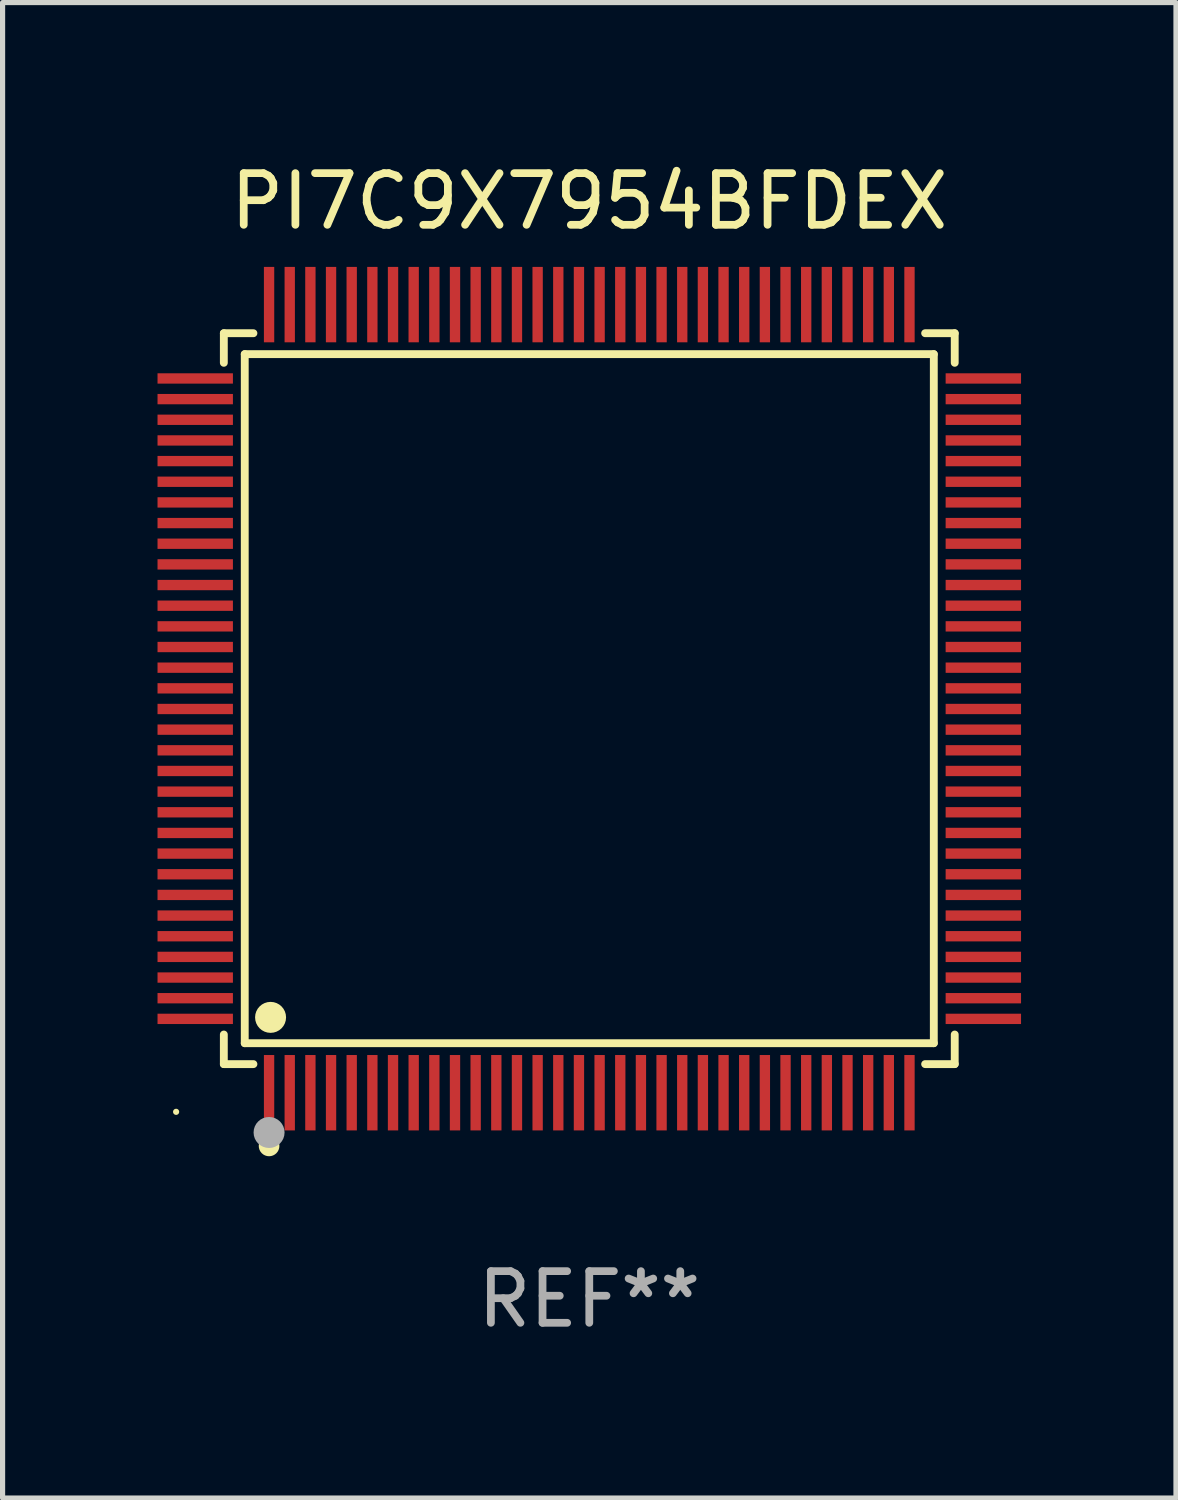
<source format=kicad_pcb>
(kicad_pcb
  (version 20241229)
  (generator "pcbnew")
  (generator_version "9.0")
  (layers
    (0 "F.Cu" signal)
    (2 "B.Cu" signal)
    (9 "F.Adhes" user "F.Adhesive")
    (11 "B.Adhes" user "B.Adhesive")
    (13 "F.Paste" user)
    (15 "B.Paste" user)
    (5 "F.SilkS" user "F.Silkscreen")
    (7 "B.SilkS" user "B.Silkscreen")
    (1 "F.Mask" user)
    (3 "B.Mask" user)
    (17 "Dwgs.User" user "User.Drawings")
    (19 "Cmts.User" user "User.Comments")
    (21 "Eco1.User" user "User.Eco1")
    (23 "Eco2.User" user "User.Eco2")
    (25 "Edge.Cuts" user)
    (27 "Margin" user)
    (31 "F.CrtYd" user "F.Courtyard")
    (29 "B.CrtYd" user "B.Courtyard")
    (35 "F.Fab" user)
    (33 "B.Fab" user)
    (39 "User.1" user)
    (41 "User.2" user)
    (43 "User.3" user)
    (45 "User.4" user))
  (footprint "PI7C9X7954BFDEX"
    (layer "F.Cu")
    (at 8.36 10.478)
    (property "Reference" "PI7C9X7954BFDEX" (at 0 -9.63 0) (layer "F.SilkS") (effects (font (size 1 1) (thickness 0.15))))
    (attr through_hole)
    (fp_line (start -7.076 -7.076) (end -6.503 -7.076) (stroke (width 0.152) (type solid)) (layer "F.SilkS"))
    (fp_line (start -7.076 -6.503) (end -7.076 -7.076) (stroke (width 0.152) (type solid)) (layer "F.SilkS"))
    (fp_line (start -7.076 6.503) (end -7.076 7.076) (stroke (width 0.152) (type solid)) (layer "F.SilkS"))
    (fp_line (start -7.076 7.076) (end -6.503 7.076) (stroke (width 0.152) (type solid)) (layer "F.SilkS"))
    (fp_line (start -6.671 -6.671) (end 6.671 -6.671) (stroke (width 0.152) (type solid)) (layer "F.SilkS"))
    (fp_line (start -6.671 6.671) (end -6.671 -6.671) (stroke (width 0.152) (type solid)) (layer "F.SilkS"))
    (fp_line (start 6.671 -6.671) (end 6.671 6.671) (stroke (width 0.152) (type solid)) (layer "F.SilkS"))
    (fp_line (start 6.671 6.671) (end -6.671 6.671) (stroke (width 0.152) (type solid)) (layer "F.SilkS"))
    (fp_line (start 7.076 -7.076) (end 6.503 -7.076) (stroke (width 0.152) (type solid)) (layer "F.SilkS"))
    (fp_line (start 7.076 -6.503) (end 7.076 -7.076) (stroke (width 0.152) (type solid)) (layer "F.SilkS"))
    (fp_line (start 7.076 6.503) (end 7.076 7.076) (stroke (width 0.152) (type solid)) (layer "F.SilkS"))
    (fp_line (start 7.076 7.076) (end 6.503 7.076) (stroke (width 0.152) (type solid)) (layer "F.SilkS"))
    (fp_circle (center -8 8) (end -7.97 8) (stroke (width 0.06) (type solid)) (fill no) (layer "F.SilkS"))
    (fp_circle (center -6.2 8.66) (end -6.1 8.66) (stroke (width 0.2) (type solid)) (fill no) (layer "F.SilkS"))
    (fp_circle (center -6.171 6.171) (end -6.021 6.171) (stroke (width 0.3) (type solid)) (fill no) (layer "F.SilkS"))
    (fp_circle (center -6.2 8.4) (end -6.05 8.4) (stroke (width 0.3) (type solid)) (fill no) (layer "F.Fab"))
    (fp_text user "REF**" (at 0 11.63 0) (layer "F.Fab") (effects (font (size 1 1) (thickness 0.15))))
    (pad "1" smd rect (at -6.2 7.63) (size 0.2 1.46) (layers "F.Cu" "F.Mask" "F.Paste"))
    (pad "2" smd rect (at -5.8 7.63) (size 0.2 1.46) (layers "F.Cu" "F.Mask" "F.Paste"))
    (pad "3" smd rect (at -5.4 7.63) (size 0.2 1.46) (layers "F.Cu" "F.Mask" "F.Paste"))
    (pad "4" smd rect (at -5 7.63) (size 0.2 1.46) (layers "F.Cu" "F.Mask" "F.Paste"))
    (pad "5" smd rect (at -4.6 7.63) (size 0.2 1.46) (layers "F.Cu" "F.Mask" "F.Paste"))
    (pad "6" smd rect (at -4.2 7.63) (size 0.2 1.46) (layers "F.Cu" "F.Mask" "F.Paste"))
    (pad "7" smd rect (at -3.8 7.63) (size 0.2 1.46) (layers "F.Cu" "F.Mask" "F.Paste"))
    (pad "8" smd rect (at -3.4 7.63) (size 0.2 1.46) (layers "F.Cu" "F.Mask" "F.Paste"))
    (pad "9" smd rect (at -3 7.63) (size 0.2 1.46) (layers "F.Cu" "F.Mask" "F.Paste"))
    (pad "10" smd rect (at -2.6 7.63) (size 0.2 1.46) (layers "F.Cu" "F.Mask" "F.Paste"))
    (pad "11" smd rect (at -2.2 7.63) (size 0.2 1.46) (layers "F.Cu" "F.Mask" "F.Paste"))
    (pad "12" smd rect (at -1.8 7.63) (size 0.2 1.46) (layers "F.Cu" "F.Mask" "F.Paste"))
    (pad "13" smd rect (at -1.4 7.63) (size 0.2 1.46) (layers "F.Cu" "F.Mask" "F.Paste"))
    (pad "14" smd rect (at -1 7.63) (size 0.2 1.46) (layers "F.Cu" "F.Mask" "F.Paste"))
    (pad "15" smd rect (at -0.6 7.63) (size 0.2 1.46) (layers "F.Cu" "F.Mask" "F.Paste"))
    (pad "16" smd rect (at -0.2 7.63) (size 0.2 1.46) (layers "F.Cu" "F.Mask" "F.Paste"))
    (pad "17" smd rect (at 0.2 7.63) (size 0.2 1.46) (layers "F.Cu" "F.Mask" "F.Paste"))
    (pad "18" smd rect (at 0.6 7.63) (size 0.2 1.46) (layers "F.Cu" "F.Mask" "F.Paste"))
    (pad "19" smd rect (at 1 7.63) (size 0.2 1.46) (layers "F.Cu" "F.Mask" "F.Paste"))
    (pad "20" smd rect (at 1.4 7.63) (size 0.2 1.46) (layers "F.Cu" "F.Mask" "F.Paste"))
    (pad "21" smd rect (at 1.8 7.63) (size 0.2 1.46) (layers "F.Cu" "F.Mask" "F.Paste"))
    (pad "22" smd rect (at 2.2 7.63) (size 0.2 1.46) (layers "F.Cu" "F.Mask" "F.Paste"))
    (pad "23" smd rect (at 2.6 7.63) (size 0.2 1.46) (layers "F.Cu" "F.Mask" "F.Paste"))
    (pad "24" smd rect (at 3 7.63) (size 0.2 1.46) (layers "F.Cu" "F.Mask" "F.Paste"))
    (pad "25" smd rect (at 3.4 7.63) (size 0.2 1.46) (layers "F.Cu" "F.Mask" "F.Paste"))
    (pad "26" smd rect (at 3.8 7.63) (size 0.2 1.46) (layers "F.Cu" "F.Mask" "F.Paste"))
    (pad "27" smd rect (at 4.2 7.63) (size 0.2 1.46) (layers "F.Cu" "F.Mask" "F.Paste"))
    (pad "28" smd rect (at 4.6 7.63) (size 0.2 1.46) (layers "F.Cu" "F.Mask" "F.Paste"))
    (pad "29" smd rect (at 5 7.63) (size 0.2 1.46) (layers "F.Cu" "F.Mask" "F.Paste"))
    (pad "30" smd rect (at 5.4 7.63) (size 0.2 1.46) (layers "F.Cu" "F.Mask" "F.Paste"))
    (pad "31" smd rect (at 5.8 7.63) (size 0.2 1.46) (layers "F.Cu" "F.Mask" "F.Paste"))
    (pad "32" smd rect (at 6.2 7.63) (size 0.2 1.46) (layers "F.Cu" "F.Mask" "F.Paste"))
    (pad "33" smd rect (at 7.63 6.2) (size 1.46 0.2) (layers "F.Cu" "F.Mask" "F.Paste"))
    (pad "34" smd rect (at 7.63 5.8) (size 1.46 0.2) (layers "F.Cu" "F.Mask" "F.Paste"))
    (pad "35" smd rect (at 7.63 5.4) (size 1.46 0.2) (layers "F.Cu" "F.Mask" "F.Paste"))
    (pad "36" smd rect (at 7.63 5) (size 1.46 0.2) (layers "F.Cu" "F.Mask" "F.Paste"))
    (pad "37" smd rect (at 7.63 4.6) (size 1.46 0.2) (layers "F.Cu" "F.Mask" "F.Paste"))
    (pad "38" smd rect (at 7.63 4.2) (size 1.46 0.2) (layers "F.Cu" "F.Mask" "F.Paste"))
    (pad "39" smd rect (at 7.63 3.8) (size 1.46 0.2) (layers "F.Cu" "F.Mask" "F.Paste"))
    (pad "40" smd rect (at 7.63 3.4) (size 1.46 0.2) (layers "F.Cu" "F.Mask" "F.Paste"))
    (pad "41" smd rect (at 7.63 3) (size 1.46 0.2) (layers "F.Cu" "F.Mask" "F.Paste"))
    (pad "42" smd rect (at 7.63 2.6) (size 1.46 0.2) (layers "F.Cu" "F.Mask" "F.Paste"))
    (pad "43" smd rect (at 7.63 2.2) (size 1.46 0.2) (layers "F.Cu" "F.Mask" "F.Paste"))
    (pad "44" smd rect (at 7.63 1.8) (size 1.46 0.2) (layers "F.Cu" "F.Mask" "F.Paste"))
    (pad "45" smd rect (at 7.63 1.4) (size 1.46 0.2) (layers "F.Cu" "F.Mask" "F.Paste"))
    (pad "46" smd rect (at 7.63 1) (size 1.46 0.2) (layers "F.Cu" "F.Mask" "F.Paste"))
    (pad "47" smd rect (at 7.63 0.6) (size 1.46 0.2) (layers "F.Cu" "F.Mask" "F.Paste"))
    (pad "48" smd rect (at 7.63 0.2) (size 1.46 0.2) (layers "F.Cu" "F.Mask" "F.Paste"))
    (pad "49" smd rect (at 7.63 -0.2) (size 1.46 0.2) (layers "F.Cu" "F.Mask" "F.Paste"))
    (pad "50" smd rect (at 7.63 -0.6) (size 1.46 0.2) (layers "F.Cu" "F.Mask" "F.Paste"))
    (pad "51" smd rect (at 7.63 -1) (size 1.46 0.2) (layers "F.Cu" "F.Mask" "F.Paste"))
    (pad "52" smd rect (at 7.63 -1.4) (size 1.46 0.2) (layers "F.Cu" "F.Mask" "F.Paste"))
    (pad "53" smd rect (at 7.63 -1.8) (size 1.46 0.2) (layers "F.Cu" "F.Mask" "F.Paste"))
    (pad "54" smd rect (at 7.63 -2.2) (size 1.46 0.2) (layers "F.Cu" "F.Mask" "F.Paste"))
    (pad "55" smd rect (at 7.63 -2.6) (size 1.46 0.2) (layers "F.Cu" "F.Mask" "F.Paste"))
    (pad "56" smd rect (at 7.63 -3) (size 1.46 0.2) (layers "F.Cu" "F.Mask" "F.Paste"))
    (pad "57" smd rect (at 7.63 -3.4) (size 1.46 0.2) (layers "F.Cu" "F.Mask" "F.Paste"))
    (pad "58" smd rect (at 7.63 -3.8) (size 1.46 0.2) (layers "F.Cu" "F.Mask" "F.Paste"))
    (pad "59" smd rect (at 7.63 -4.2) (size 1.46 0.2) (layers "F.Cu" "F.Mask" "F.Paste"))
    (pad "60" smd rect (at 7.63 -4.6) (size 1.46 0.2) (layers "F.Cu" "F.Mask" "F.Paste"))
    (pad "61" smd rect (at 7.63 -5) (size 1.46 0.2) (layers "F.Cu" "F.Mask" "F.Paste"))
    (pad "62" smd rect (at 7.63 -5.4) (size 1.46 0.2) (layers "F.Cu" "F.Mask" "F.Paste"))
    (pad "63" smd rect (at 7.63 -5.8) (size 1.46 0.2) (layers "F.Cu" "F.Mask" "F.Paste"))
    (pad "64" smd rect (at 7.63 -6.2) (size 1.46 0.2) (layers "F.Cu" "F.Mask" "F.Paste"))
    (pad "65" smd rect (at 6.2 -7.63) (size 0.2 1.46) (layers "F.Cu" "F.Mask" "F.Paste"))
    (pad "66" smd rect (at 5.8 -7.63) (size 0.2 1.46) (layers "F.Cu" "F.Mask" "F.Paste"))
    (pad "67" smd rect (at 5.4 -7.63) (size 0.2 1.46) (layers "F.Cu" "F.Mask" "F.Paste"))
    (pad "68" smd rect (at 5 -7.63) (size 0.2 1.46) (layers "F.Cu" "F.Mask" "F.Paste"))
    (pad "69" smd rect (at 4.6 -7.63) (size 0.2 1.46) (layers "F.Cu" "F.Mask" "F.Paste"))
    (pad "70" smd rect (at 4.2 -7.63) (size 0.2 1.46) (layers "F.Cu" "F.Mask" "F.Paste"))
    (pad "71" smd rect (at 3.8 -7.63) (size 0.2 1.46) (layers "F.Cu" "F.Mask" "F.Paste"))
    (pad "72" smd rect (at 3.4 -7.63) (size 0.2 1.46) (layers "F.Cu" "F.Mask" "F.Paste"))
    (pad "73" smd rect (at 3 -7.63) (size 0.2 1.46) (layers "F.Cu" "F.Mask" "F.Paste"))
    (pad "74" smd rect (at 2.6 -7.63) (size 0.2 1.46) (layers "F.Cu" "F.Mask" "F.Paste"))
    (pad "75" smd rect (at 2.2 -7.63) (size 0.2 1.46) (layers "F.Cu" "F.Mask" "F.Paste"))
    (pad "76" smd rect (at 1.8 -7.63) (size 0.2 1.46) (layers "F.Cu" "F.Mask" "F.Paste"))
    (pad "77" smd rect (at 1.4 -7.63) (size 0.2 1.46) (layers "F.Cu" "F.Mask" "F.Paste"))
    (pad "78" smd rect (at 1 -7.63) (size 0.2 1.46) (layers "F.Cu" "F.Mask" "F.Paste"))
    (pad "79" smd rect (at 0.6 -7.63) (size 0.2 1.46) (layers "F.Cu" "F.Mask" "F.Paste"))
    (pad "80" smd rect (at 0.2 -7.63) (size 0.2 1.46) (layers "F.Cu" "F.Mask" "F.Paste"))
    (pad "81" smd rect (at -0.2 -7.63) (size 0.2 1.46) (layers "F.Cu" "F.Mask" "F.Paste"))
    (pad "82" smd rect (at -0.6 -7.63) (size 0.2 1.46) (layers "F.Cu" "F.Mask" "F.Paste"))
    (pad "83" smd rect (at -1 -7.63) (size 0.2 1.46) (layers "F.Cu" "F.Mask" "F.Paste"))
    (pad "84" smd rect (at -1.4 -7.63) (size 0.2 1.46) (layers "F.Cu" "F.Mask" "F.Paste"))
    (pad "85" smd rect (at -1.8 -7.63) (size 0.2 1.46) (layers "F.Cu" "F.Mask" "F.Paste"))
    (pad "86" smd rect (at -2.2 -7.63) (size 0.2 1.46) (layers "F.Cu" "F.Mask" "F.Paste"))
    (pad "87" smd rect (at -2.6 -7.63) (size 0.2 1.46) (layers "F.Cu" "F.Mask" "F.Paste"))
    (pad "88" smd rect (at -3 -7.63) (size 0.2 1.46) (layers "F.Cu" "F.Mask" "F.Paste"))
    (pad "89" smd rect (at -3.4 -7.63) (size 0.2 1.46) (layers "F.Cu" "F.Mask" "F.Paste"))
    (pad "90" smd rect (at -3.8 -7.63) (size 0.2 1.46) (layers "F.Cu" "F.Mask" "F.Paste"))
    (pad "91" smd rect (at -4.2 -7.63) (size 0.2 1.46) (layers "F.Cu" "F.Mask" "F.Paste"))
    (pad "92" smd rect (at -4.6 -7.63) (size 0.2 1.46) (layers "F.Cu" "F.Mask" "F.Paste"))
    (pad "93" smd rect (at -5 -7.63) (size 0.2 1.46) (layers "F.Cu" "F.Mask" "F.Paste"))
    (pad "94" smd rect (at -5.4 -7.63) (size 0.2 1.46) (layers "F.Cu" "F.Mask" "F.Paste"))
    (pad "95" smd rect (at -5.8 -7.63) (size 0.2 1.46) (layers "F.Cu" "F.Mask" "F.Paste"))
    (pad "96" smd rect (at -6.2 -7.63) (size 0.2 1.46) (layers "F.Cu" "F.Mask" "F.Paste"))
    (pad "97" smd rect (at -7.63 -6.2) (size 1.46 0.2) (layers "F.Cu" "F.Mask" "F.Paste"))
    (pad "98" smd rect (at -7.63 -5.8) (size 1.46 0.2) (layers "F.Cu" "F.Mask" "F.Paste"))
    (pad "99" smd rect (at -7.63 -5.4) (size 1.46 0.2) (layers "F.Cu" "F.Mask" "F.Paste"))
    (pad "100" smd rect (at -7.63 -5) (size 1.46 0.2) (layers "F.Cu" "F.Mask" "F.Paste"))
    (pad "101" smd rect (at -7.63 -4.6) (size 1.46 0.2) (layers "F.Cu" "F.Mask" "F.Paste"))
    (pad "102" smd rect (at -7.63 -4.2) (size 1.46 0.2) (layers "F.Cu" "F.Mask" "F.Paste"))
    (pad "103" smd rect (at -7.63 -3.8) (size 1.46 0.2) (layers "F.Cu" "F.Mask" "F.Paste"))
    (pad "104" smd rect (at -7.63 -3.4) (size 1.46 0.2) (layers "F.Cu" "F.Mask" "F.Paste"))
    (pad "105" smd rect (at -7.63 -3) (size 1.46 0.2) (layers "F.Cu" "F.Mask" "F.Paste"))
    (pad "106" smd rect (at -7.63 -2.6) (size 1.46 0.2) (layers "F.Cu" "F.Mask" "F.Paste"))
    (pad "107" smd rect (at -7.63 -2.2) (size 1.46 0.2) (layers "F.Cu" "F.Mask" "F.Paste"))
    (pad "108" smd rect (at -7.63 -1.8) (size 1.46 0.2) (layers "F.Cu" "F.Mask" "F.Paste"))
    (pad "109" smd rect (at -7.63 -1.4) (size 1.46 0.2) (layers "F.Cu" "F.Mask" "F.Paste"))
    (pad "110" smd rect (at -7.63 -1) (size 1.46 0.2) (layers "F.Cu" "F.Mask" "F.Paste"))
    (pad "111" smd rect (at -7.63 -0.6) (size 1.46 0.2) (layers "F.Cu" "F.Mask" "F.Paste"))
    (pad "112" smd rect (at -7.63 -0.2) (size 1.46 0.2) (layers "F.Cu" "F.Mask" "F.Paste"))
    (pad "113" smd rect (at -7.63 0.2) (size 1.46 0.2) (layers "F.Cu" "F.Mask" "F.Paste"))
    (pad "114" smd rect (at -7.63 0.6) (size 1.46 0.2) (layers "F.Cu" "F.Mask" "F.Paste"))
    (pad "115" smd rect (at -7.63 1) (size 1.46 0.2) (layers "F.Cu" "F.Mask" "F.Paste"))
    (pad "116" smd rect (at -7.63 1.4) (size 1.46 0.2) (layers "F.Cu" "F.Mask" "F.Paste"))
    (pad "117" smd rect (at -7.63 1.8) (size 1.46 0.2) (layers "F.Cu" "F.Mask" "F.Paste"))
    (pad "118" smd rect (at -7.63 2.2) (size 1.46 0.2) (layers "F.Cu" "F.Mask" "F.Paste"))
    (pad "119" smd rect (at -7.63 2.6) (size 1.46 0.2) (layers "F.Cu" "F.Mask" "F.Paste"))
    (pad "120" smd rect (at -7.63 3) (size 1.46 0.2) (layers "F.Cu" "F.Mask" "F.Paste"))
    (pad "121" smd rect (at -7.63 3.4) (size 1.46 0.2) (layers "F.Cu" "F.Mask" "F.Paste"))
    (pad "122" smd rect (at -7.63 3.8) (size 1.46 0.2) (layers "F.Cu" "F.Mask" "F.Paste"))
    (pad "123" smd rect (at -7.63 4.2) (size 1.46 0.2) (layers "F.Cu" "F.Mask" "F.Paste"))
    (pad "124" smd rect (at -7.63 4.6) (size 1.46 0.2) (layers "F.Cu" "F.Mask" "F.Paste"))
    (pad "125" smd rect (at -7.63 5) (size 1.46 0.2) (layers "F.Cu" "F.Mask" "F.Paste"))
    (pad "126" smd rect (at -7.63 5.4) (size 1.46 0.2) (layers "F.Cu" "F.Mask" "F.Paste"))
    (pad "127" smd rect (at -7.63 5.8) (size 1.46 0.2) (layers "F.Cu" "F.Mask" "F.Paste"))
    (pad "128" smd rect (at -7.63 6.2) (size 1.46 0.2) (layers "F.Cu" "F.Mask" "F.Paste")))
  (gr_rect
    (start -3 -3)
    (end 19.72 25.956)
    (stroke (width 0.1) (type default))
    (fill no)
    (layer "Edge.Cuts")))
</source>
